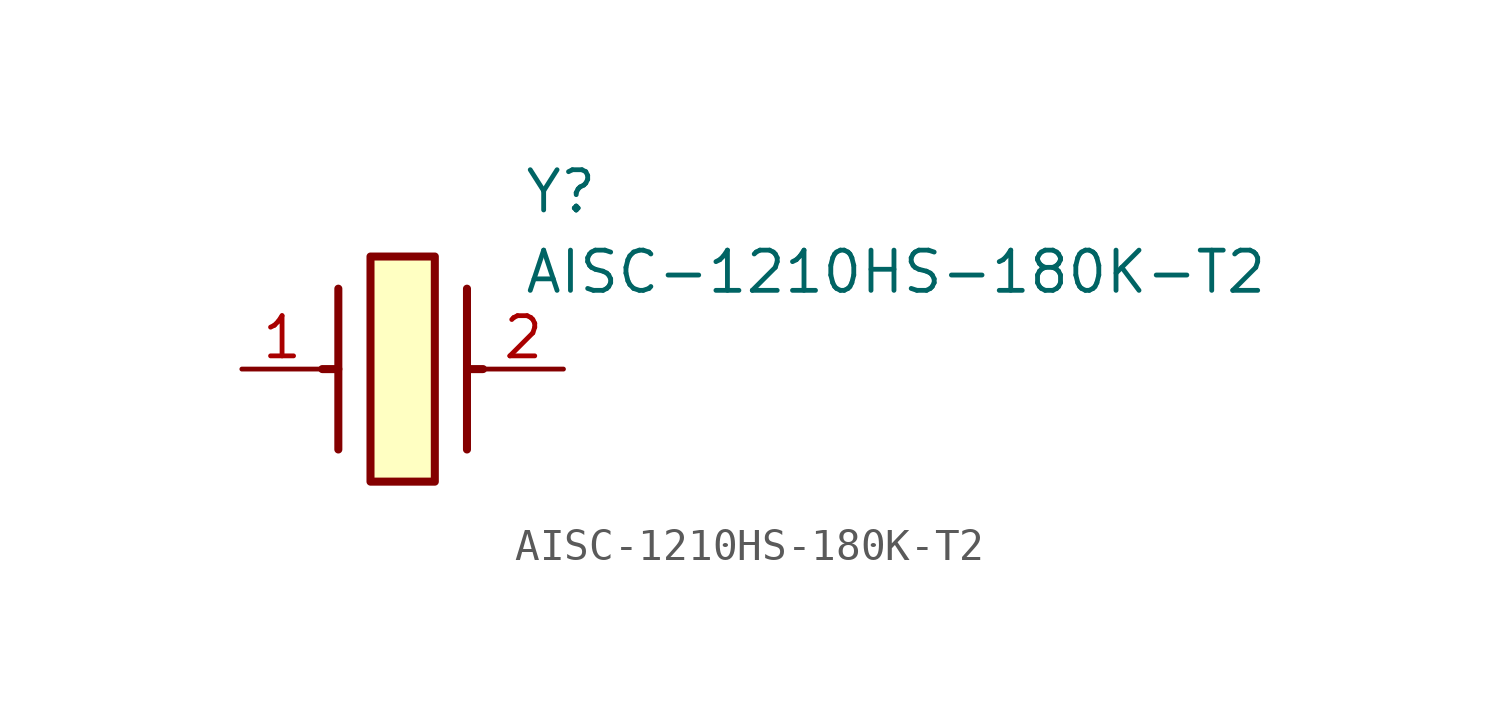
<source format=kicad_sym>
(kicad_symbol_lib
  (version 20211014)
  (generator SamacSys_ECAD_Model)
  (symbol "AISC-1210HS-180K-T2"
    (pin_names hide)
    (property "Reference" "Y"
      (at 8.89 6.35 0)
      (effects (font (size 1.27 1.27)) (justify left top)))
    (property "Value" "AISC-1210HS-180K-T2"
      (at 8.89 3.81 0)
      (effects (font (size 1.27 1.27)) (justify left top)))
    (rectangle
      (start 4.064 3.556)
      (end 6.096 -3.556)
      (stroke (width 0.254) (type default))
      (fill (type background)))
    (polyline
      (pts (xy 3.048 2.54) (xy 3.048 -2.54))
      (stroke (width 0.254) (type default))
      (fill (type none)))
    (polyline
      (pts (xy 7.112 2.54) (xy 7.112 -2.54))
      (stroke (width 0.254) (type default))
      (fill (type none)))
    (polyline
      (pts (xy 7.112 0) (xy 7.62 0))
      (stroke (width 0.254) (type default))
      (fill (type none)))
    (polyline
      (pts (xy 3.048 0) (xy 2.54 0))
      (stroke (width 0.254) (type default))
      (fill (type none)))
    (pin passive line
      (at 0 0 0)
      (length 2.54)
      (name "1" (effects (font (size 1.27 1.27))))
      (number "1" (effects (font (size 1.27 1.27)))))
    (pin passive line
      (at 10.16 0 180)
      (length 2.54)
      (name "2" (effects (font (size 1.27 1.27))))
      (number "2" (effects (font (size 1.27 1.27)))))))
</source>
